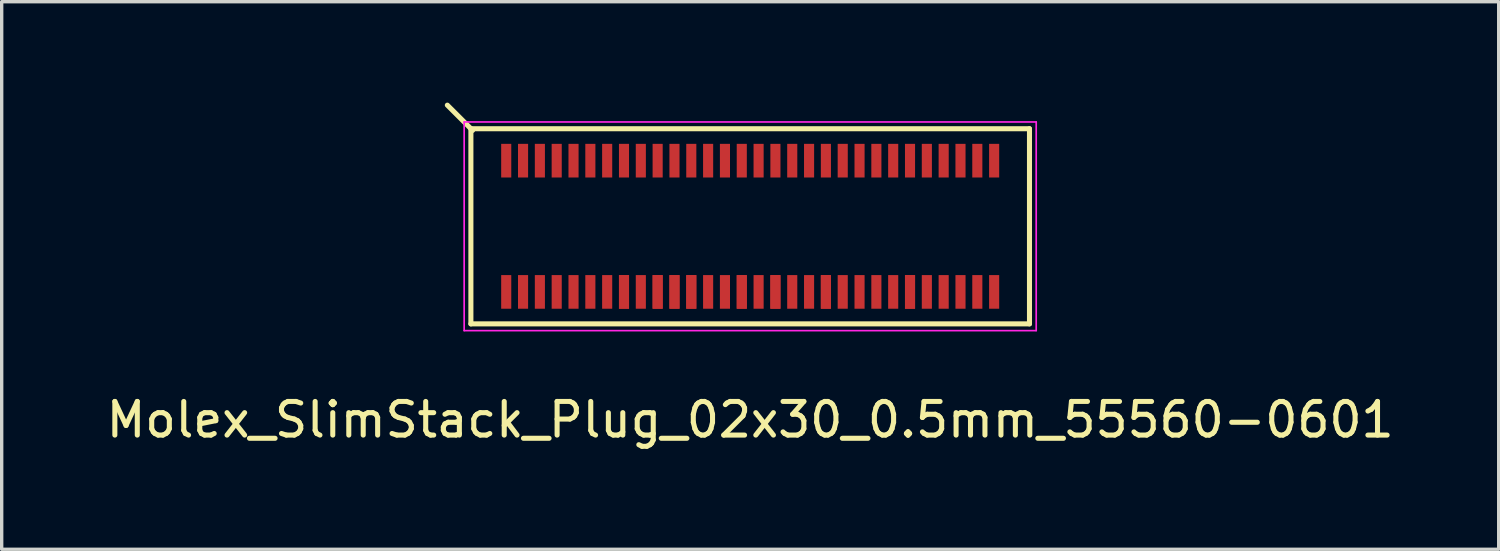
<source format=kicad_pcb>
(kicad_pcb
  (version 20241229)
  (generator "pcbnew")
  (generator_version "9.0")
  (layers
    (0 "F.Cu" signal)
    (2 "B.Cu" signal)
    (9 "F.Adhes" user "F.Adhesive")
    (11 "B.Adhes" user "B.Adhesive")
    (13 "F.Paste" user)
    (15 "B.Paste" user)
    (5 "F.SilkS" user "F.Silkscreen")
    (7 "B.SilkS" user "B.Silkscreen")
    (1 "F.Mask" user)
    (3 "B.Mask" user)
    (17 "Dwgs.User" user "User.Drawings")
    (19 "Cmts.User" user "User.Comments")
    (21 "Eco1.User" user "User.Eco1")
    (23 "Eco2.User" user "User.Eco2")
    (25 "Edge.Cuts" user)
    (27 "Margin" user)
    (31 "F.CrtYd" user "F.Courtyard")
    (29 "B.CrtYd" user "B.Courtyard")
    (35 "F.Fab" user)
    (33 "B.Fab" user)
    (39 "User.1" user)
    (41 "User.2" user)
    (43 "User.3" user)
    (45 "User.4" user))
  (footprint "Molex_SlimStack_Plug_02x30_0.5mm_55560-0601"
    (layer "F.Cu")
    (at 19.244 3.675)
    (property "Reference" "Molex_SlimStack_Plug_02x30_0.5mm_55560-0601" (at 0 5.75 0) (layer "F.SilkS") (effects (font (size 1 1) (thickness 0.15))))
    (attr smd)
    (fp_line (start -8.3 -2.9) (end -8.3 2.9) (stroke (width 0.15) (type solid)) (layer "F.SilkS"))
    (fp_line (start -8.3 2.9) (end 8.3 2.9) (stroke (width 0.15) (type solid)) (layer "F.SilkS"))
    (fp_line (start -8.25 -2.85) (end -9 -3.6) (stroke (width 0.15) (type solid)) (layer "F.SilkS"))
    (fp_line (start 8.3 -2.9) (end -8.3 -2.9) (stroke (width 0.15) (type solid)) (layer "F.SilkS"))
    (fp_line (start 8.3 2.9) (end 8.3 -2.9) (stroke (width 0.15) (type solid)) (layer "F.SilkS"))
    (fp_line (start -8.5 -3.1) (end -8.5 3.1) (stroke (width 0.05) (type solid)) (layer "F.CrtYd"))
    (fp_line (start -8.5 3.1) (end 8.5 3.1) (stroke (width 0.05) (type solid)) (layer "F.CrtYd"))
    (fp_line (start 8.5 -3.1) (end -8.5 -3.1) (stroke (width 0.05) (type solid)) (layer "F.CrtYd"))
    (fp_line (start 8.5 3.1) (end 8.5 -3.1) (stroke (width 0.05) (type solid)) (layer "F.CrtYd"))
    (pad "1" smd rect (at -7.25 -1.95) (size 0.3 1) (layers "F.Cu" "F.Mask" "F.Paste"))
    (pad "2" smd rect (at -7.25 1.95) (size 0.3 1) (layers "F.Cu" "F.Mask" "F.Paste"))
    (pad "3" smd rect (at -6.75 -1.95) (size 0.3 1) (layers "F.Cu" "F.Mask" "F.Paste"))
    (pad "4" smd rect (at -6.75 1.95) (size 0.3 1) (layers "F.Cu" "F.Mask" "F.Paste"))
    (pad "5" smd rect (at -6.25 -1.95) (size 0.3 1) (layers "F.Cu" "F.Mask" "F.Paste"))
    (pad "6" smd rect (at -6.25 1.95) (size 0.3 1) (layers "F.Cu" "F.Mask" "F.Paste"))
    (pad "7" smd rect (at -5.75 -1.95) (size 0.3 1) (layers "F.Cu" "F.Mask" "F.Paste"))
    (pad "8" smd rect (at -5.75 1.95) (size 0.3 1) (layers "F.Cu" "F.Mask" "F.Paste"))
    (pad "9" smd rect (at -5.25 -1.95) (size 0.3 1) (layers "F.Cu" "F.Mask" "F.Paste"))
    (pad "10" smd rect (at -5.25 1.95) (size 0.3 1) (layers "F.Cu" "F.Mask" "F.Paste"))
    (pad "11" smd rect (at -4.75 -1.95) (size 0.3 1) (layers "F.Cu" "F.Mask" "F.Paste"))
    (pad "12" smd rect (at -4.75 1.95) (size 0.3 1) (layers "F.Cu" "F.Mask" "F.Paste"))
    (pad "13" smd rect (at -4.25 -1.95) (size 0.3 1) (layers "F.Cu" "F.Mask" "F.Paste"))
    (pad "14" smd rect (at -4.25 1.95) (size 0.3 1) (layers "F.Cu" "F.Mask" "F.Paste"))
    (pad "15" smd rect (at -3.75 -1.95) (size 0.3 1) (layers "F.Cu" "F.Mask" "F.Paste"))
    (pad "16" smd rect (at -3.75 1.95) (size 0.3 1) (layers "F.Cu" "F.Mask" "F.Paste"))
    (pad "16" smd rect (at -3.75 1.95) (size 0.3 1) (layers "F.Cu" "F.Mask" "F.Paste"))
    (pad "17" smd rect (at -3.25 -1.95) (size 0.3 1) (layers "F.Cu" "F.Mask" "F.Paste"))
    (pad "18" smd rect (at -3.25 1.95) (size 0.3 1) (layers "F.Cu" "F.Mask" "F.Paste"))
    (pad "19" smd rect (at -2.75 -1.95) (size 0.3 1) (layers "F.Cu" "F.Mask" "F.Paste"))
    (pad "20" smd rect (at -2.75 1.95) (size 0.3 1) (layers "F.Cu" "F.Mask" "F.Paste"))
    (pad "20" smd rect (at -2.75 1.95) (size 0.3 1) (layers "F.Cu" "F.Mask" "F.Paste"))
    (pad "21" smd rect (at -2.25 -1.95) (size 0.3 1) (layers "F.Cu" "F.Mask" "F.Paste"))
    (pad "22" smd rect (at -2.25 1.95) (size 0.3 1) (layers "F.Cu" "F.Mask" "F.Paste"))
    (pad "22" smd rect (at -2.25 1.95) (size 0.3 1) (layers "F.Cu" "F.Mask" "F.Paste"))
    (pad "23" smd rect (at -1.75 -1.95) (size 0.3 1) (layers "F.Cu" "F.Mask" "F.Paste"))
    (pad "24" smd rect (at -1.75 1.95) (size 0.3 1) (layers "F.Cu" "F.Mask" "F.Paste"))
    (pad "24" smd rect (at -1.75 1.95) (size 0.3 1) (layers "F.Cu" "F.Mask" "F.Paste"))
    (pad "25" smd rect (at -1.25 -1.95) (size 0.3 1) (layers "F.Cu" "F.Mask" "F.Paste"))
    (pad "26" smd rect (at -1.25 1.95) (size 0.3 1) (layers "F.Cu" "F.Mask" "F.Paste"))
    (pad "27" smd rect (at -0.75 -1.95) (size 0.3 1) (layers "F.Cu" "F.Mask" "F.Paste"))
    (pad "28" smd rect (at -0.75 1.95) (size 0.3 1) (layers "F.Cu" "F.Mask" "F.Paste"))
    (pad "29" smd rect (at -0.25 -1.95) (size 0.3 1) (layers "F.Cu" "F.Mask" "F.Paste"))
    (pad "30" smd rect (at -0.25 1.95) (size 0.3 1) (layers "F.Cu" "F.Mask" "F.Paste"))
    (pad "30" smd rect (at -0.25 1.95) (size 0.3 1) (layers "F.Cu" "F.Mask" "F.Paste"))
    (pad "31" smd rect (at 0.25 -1.95) (size 0.3 1) (layers "F.Cu" "F.Mask" "F.Paste"))
    (pad "32" smd rect (at 0.25 1.95) (size 0.3 1) (layers "F.Cu" "F.Mask" "F.Paste"))
    (pad "33" smd rect (at 0.75 -1.95) (size 0.3 1) (layers "F.Cu" "F.Mask" "F.Paste"))
    (pad "34" smd rect (at 0.75 1.95) (size 0.3 1) (layers "F.Cu" "F.Mask" "F.Paste"))
    (pad "34" smd rect (at 0.75 1.95) (size 0.3 1) (layers "F.Cu" "F.Mask" "F.Paste"))
    (pad "35" smd rect (at 1.25 -1.95) (size 0.3 1) (layers "F.Cu" "F.Mask" "F.Paste"))
    (pad "36" smd rect (at 1.25 1.95) (size 0.3 1) (layers "F.Cu" "F.Mask" "F.Paste"))
    (pad "37" smd rect (at 1.75 -1.95) (size 0.3 1) (layers "F.Cu" "F.Mask" "F.Paste"))
    (pad "38" smd rect (at 1.75 1.95) (size 0.3 1) (layers "F.Cu" "F.Mask" "F.Paste"))
    (pad "39" smd rect (at 2.25 -1.95) (size 0.3 1) (layers "F.Cu" "F.Mask" "F.Paste"))
    (pad "40" smd rect (at 2.25 1.95) (size 0.3 1) (layers "F.Cu" "F.Mask" "F.Paste"))
    (pad "40" smd rect (at 2.25 1.95) (size 0.3 1) (layers "F.Cu" "F.Mask" "F.Paste"))
    (pad "41" smd rect (at 2.75 -1.95) (size 0.3 1) (layers "F.Cu" "F.Mask" "F.Paste"))
    (pad "42" smd rect (at 2.75 1.95) (size 0.3 1) (layers "F.Cu" "F.Mask" "F.Paste"))
    (pad "43" smd rect (at 3.25 -1.95) (size 0.3 1) (layers "F.Cu" "F.Mask" "F.Paste"))
    (pad "44" smd rect (at 3.25 1.95) (size 0.3 1) (layers "F.Cu" "F.Mask" "F.Paste"))
    (pad "45" smd rect (at 3.75 -1.95) (size 0.3 1) (layers "F.Cu" "F.Mask" "F.Paste"))
    (pad "46" smd rect (at 3.75 1.95) (size 0.3 1) (layers "F.Cu" "F.Mask" "F.Paste"))
    (pad "47" smd rect (at 4.25 -1.95) (size 0.3 1) (layers "F.Cu" "F.Mask" "F.Paste"))
    (pad "48" smd rect (at 4.25 1.95) (size 0.3 1) (layers "F.Cu" "F.Mask" "F.Paste"))
    (pad "49" smd rect (at 4.75 -1.95) (size 0.3 1) (layers "F.Cu" "F.Mask" "F.Paste"))
    (pad "50" smd rect (at 4.75 1.95) (size 0.3 1) (layers "F.Cu" "F.Mask" "F.Paste"))
    (pad "50" smd rect (at 4.75 1.95) (size 0.3 1) (layers "F.Cu" "F.Mask" "F.Paste"))
    (pad "51" smd rect (at 5.25 -1.95) (size 0.3 1) (layers "F.Cu" "F.Mask" "F.Paste"))
    (pad "52" smd rect (at 5.25 1.95) (size 0.3 1) (layers "F.Cu" "F.Mask" "F.Paste"))
    (pad "53" smd rect (at 5.75 -1.95) (size 0.3 1) (layers "F.Cu" "F.Mask" "F.Paste"))
    (pad "54" smd rect (at 5.75 1.95) (size 0.3 1) (layers "F.Cu" "F.Mask" "F.Paste"))
    (pad "55" smd rect (at 6.25 -1.95) (size 0.3 1) (layers "F.Cu" "F.Mask" "F.Paste"))
    (pad "56" smd rect (at 6.25 1.95) (size 0.3 1) (layers "F.Cu" "F.Mask" "F.Paste"))
    (pad "57" smd rect (at 6.75 -1.95) (size 0.3 1) (layers "F.Cu" "F.Mask" "F.Paste"))
    (pad "58" smd rect (at 6.75 1.95) (size 0.3 1) (layers "F.Cu" "F.Mask" "F.Paste"))
    (pad "59" smd rect (at 7.25 -1.95) (size 0.3 1) (layers "F.Cu" "F.Mask" "F.Paste"))
    (pad "60" smd rect (at 7.25 1.95) (size 0.3 1) (layers "F.Cu" "F.Mask" "F.Paste")))
  (gr_rect
    (start -3 -3)
    (end 41.488 13.273)
    (stroke (width 0.1) (type default))
    (fill no)
    (layer "Edge.Cuts")))
</source>
